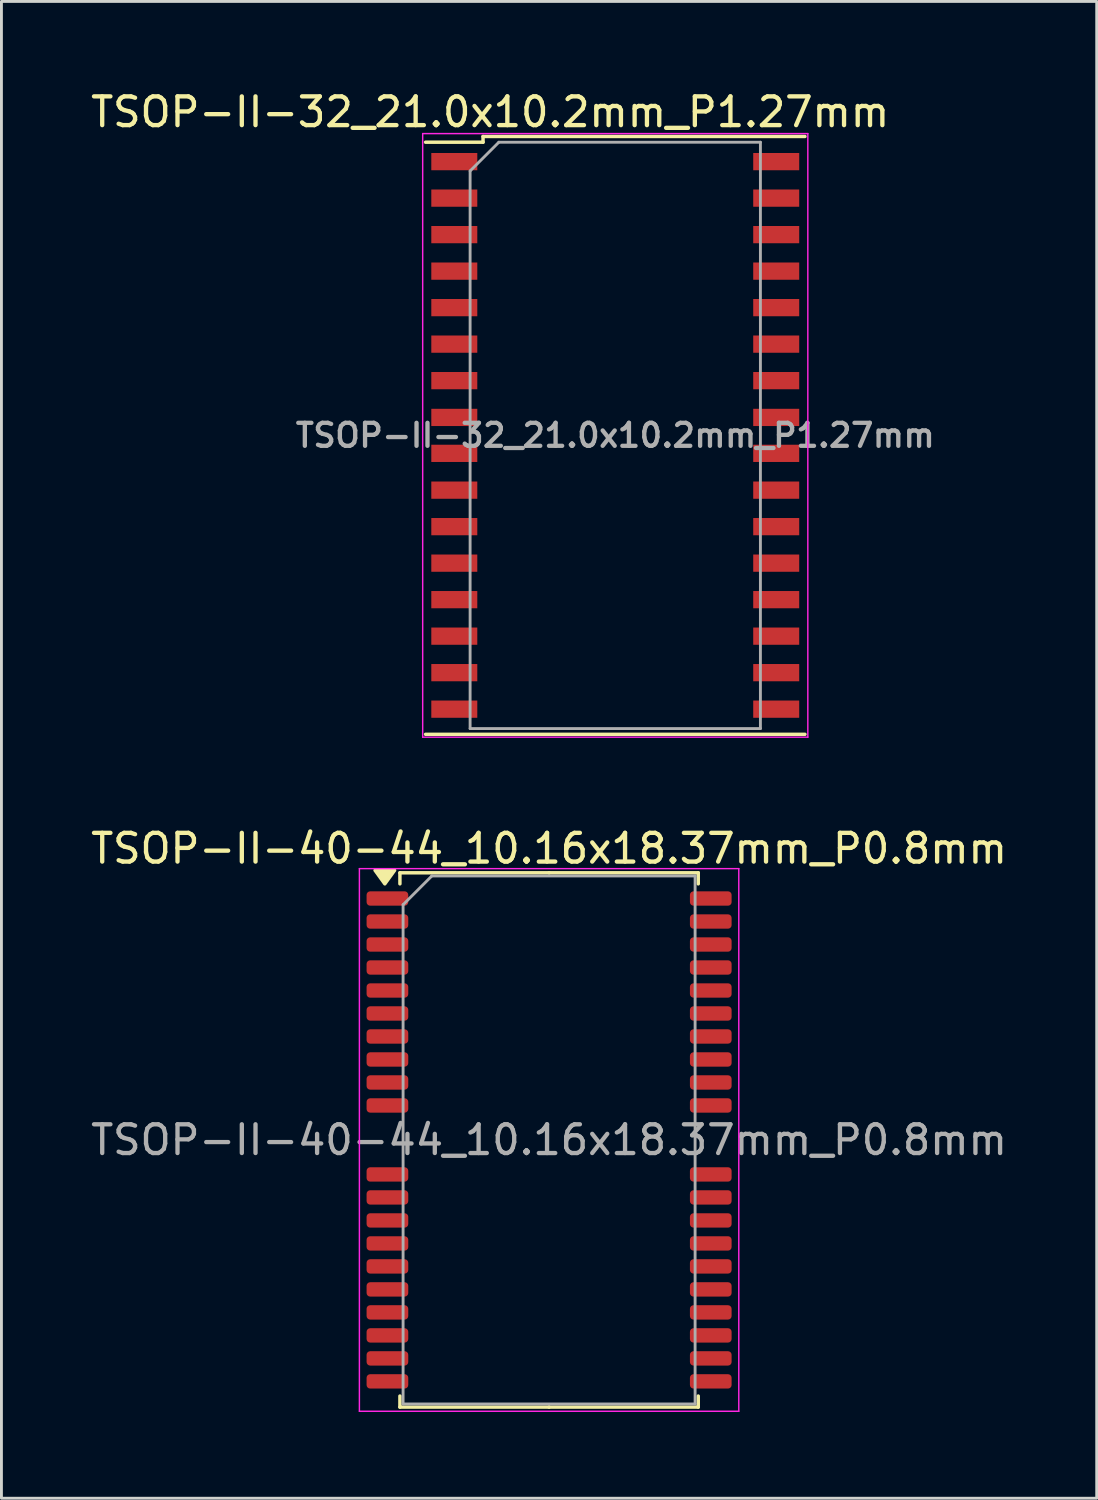
<source format=kicad_pcb>
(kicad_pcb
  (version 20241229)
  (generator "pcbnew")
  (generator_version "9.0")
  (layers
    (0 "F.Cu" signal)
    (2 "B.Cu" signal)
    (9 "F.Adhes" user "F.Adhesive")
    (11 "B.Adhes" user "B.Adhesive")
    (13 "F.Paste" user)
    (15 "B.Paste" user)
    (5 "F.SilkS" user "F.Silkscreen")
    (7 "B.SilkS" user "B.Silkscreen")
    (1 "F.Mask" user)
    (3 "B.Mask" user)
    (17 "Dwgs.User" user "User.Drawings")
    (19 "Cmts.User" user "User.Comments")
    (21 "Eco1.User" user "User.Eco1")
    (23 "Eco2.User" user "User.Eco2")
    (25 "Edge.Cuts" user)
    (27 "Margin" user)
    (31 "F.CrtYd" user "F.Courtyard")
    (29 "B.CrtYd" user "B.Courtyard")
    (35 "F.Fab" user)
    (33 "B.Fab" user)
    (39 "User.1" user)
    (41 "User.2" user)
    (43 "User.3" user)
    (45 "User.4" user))
  (footprint "TSOP-II-40-44_10.16x18.37mm_P0.8mm"
    (layer "F.Cu")
    (at 16.054 36.611)
    (property "Reference" "TSOP-II-40-44_10.16x18.37mm_P0.8mm" (at 0 -10.14 0) (layer "F.SilkS") (effects (font (size 1 1) (thickness 0.15))))
    (attr smd)
    (fp_line (start -5.19 -9.295) (end -5.19 -8.91) (stroke (width 0.12) (type solid)) (layer "F.SilkS"))
    (fp_line (start -5.19 9.295) (end -5.19 8.91) (stroke (width 0.12) (type solid)) (layer "F.SilkS"))
    (fp_line (start 0 -9.295) (end -5.19 -9.295) (stroke (width 0.12) (type solid)) (layer "F.SilkS"))
    (fp_line (start 0 -9.295) (end 5.19 -9.295) (stroke (width 0.12) (type solid)) (layer "F.SilkS"))
    (fp_line (start 0 9.295) (end -5.19 9.295) (stroke (width 0.12) (type solid)) (layer "F.SilkS"))
    (fp_line (start 0 9.295) (end 5.19 9.295) (stroke (width 0.12) (type solid)) (layer "F.SilkS"))
    (fp_line (start 5.19 -9.295) (end 5.19 -8.91) (stroke (width 0.12) (type solid)) (layer "F.SilkS"))
    (fp_line (start 5.19 9.295) (end 5.19 8.91) (stroke (width 0.12) (type solid)) (layer "F.SilkS"))
    (fp_poly (pts (xy -5.715 -8.91) (xy -6.055 -9.38) (xy -5.375 -9.38) (xy -5.715 -8.91)) (stroke (width 0.12) (type solid)) (fill yes) (layer "F.SilkS"))
    (fp_line (start -6.6 -9.44) (end -6.6 9.44) (stroke (width 0.05) (type solid)) (layer "F.CrtYd"))
    (fp_line (start -6.6 9.44) (end 6.6 9.44) (stroke (width 0.05) (type solid)) (layer "F.CrtYd"))
    (fp_line (start 6.6 -9.44) (end -6.6 -9.44) (stroke (width 0.05) (type solid)) (layer "F.CrtYd"))
    (fp_line (start 6.6 9.44) (end 6.6 -9.44) (stroke (width 0.05) (type solid)) (layer "F.CrtYd"))
    (fp_line (start -5.08 -8.185) (end -4.08 -9.185) (stroke (width 0.1) (type solid)) (layer "F.Fab"))
    (fp_line (start -5.08 9.185) (end -5.08 -8.185) (stroke (width 0.1) (type solid)) (layer "F.Fab"))
    (fp_line (start -4.08 -9.185) (end 5.08 -9.185) (stroke (width 0.1) (type solid)) (layer "F.Fab"))
    (fp_line (start 5.08 -9.185) (end 5.08 9.185) (stroke (width 0.1) (type solid)) (layer "F.Fab"))
    (fp_line (start 5.08 9.185) (end -5.08 9.185) (stroke (width 0.1) (type solid)) (layer "F.Fab"))
    (fp_text user "${REFERENCE}" (at 0 0 0) (layer "F.Fab") (effects (font (size 1 1) (thickness 0.15))))
    (pad "1" smd roundrect (at -5.625 -8.4) (size 1.45 0.5) (layers "F.Cu" "F.Mask" "F.Paste") (roundrect_rratio 0.25))
    (pad "2" smd roundrect (at -5.625 -7.6) (size 1.45 0.5) (layers "F.Cu" "F.Mask" "F.Paste") (roundrect_rratio 0.25))
    (pad "3" smd roundrect (at -5.625 -6.8) (size 1.45 0.5) (layers "F.Cu" "F.Mask" "F.Paste") (roundrect_rratio 0.25))
    (pad "4" smd roundrect (at -5.625 -6) (size 1.45 0.5) (layers "F.Cu" "F.Mask" "F.Paste") (roundrect_rratio 0.25))
    (pad "5" smd roundrect (at -5.625 -5.2) (size 1.45 0.5) (layers "F.Cu" "F.Mask" "F.Paste") (roundrect_rratio 0.25))
    (pad "6" smd roundrect (at -5.625 -4.4) (size 1.45 0.5) (layers "F.Cu" "F.Mask" "F.Paste") (roundrect_rratio 0.25))
    (pad "7" smd roundrect (at -5.625 -3.6) (size 1.45 0.5) (layers "F.Cu" "F.Mask" "F.Paste") (roundrect_rratio 0.25))
    (pad "8" smd roundrect (at -5.625 -2.8) (size 1.45 0.5) (layers "F.Cu" "F.Mask" "F.Paste") (roundrect_rratio 0.25))
    (pad "9" smd roundrect (at -5.625 -2) (size 1.45 0.5) (layers "F.Cu" "F.Mask" "F.Paste") (roundrect_rratio 0.25))
    (pad "10" smd roundrect (at -5.625 -1.2) (size 1.45 0.5) (layers "F.Cu" "F.Mask" "F.Paste") (roundrect_rratio 0.25))
    (pad "13" smd roundrect (at -5.625 1.2) (size 1.45 0.5) (layers "F.Cu" "F.Mask" "F.Paste") (roundrect_rratio 0.25))
    (pad "14" smd roundrect (at -5.625 2) (size 1.45 0.5) (layers "F.Cu" "F.Mask" "F.Paste") (roundrect_rratio 0.25))
    (pad "15" smd roundrect (at -5.625 2.8) (size 1.45 0.5) (layers "F.Cu" "F.Mask" "F.Paste") (roundrect_rratio 0.25))
    (pad "16" smd roundrect (at -5.625 3.6) (size 1.45 0.5) (layers "F.Cu" "F.Mask" "F.Paste") (roundrect_rratio 0.25))
    (pad "17" smd roundrect (at -5.625 4.4) (size 1.45 0.5) (layers "F.Cu" "F.Mask" "F.Paste") (roundrect_rratio 0.25))
    (pad "18" smd roundrect (at -5.625 5.2) (size 1.45 0.5) (layers "F.Cu" "F.Mask" "F.Paste") (roundrect_rratio 0.25))
    (pad "19" smd roundrect (at -5.625 6) (size 1.45 0.5) (layers "F.Cu" "F.Mask" "F.Paste") (roundrect_rratio 0.25))
    (pad "20" smd roundrect (at -5.625 6.8) (size 1.45 0.5) (layers "F.Cu" "F.Mask" "F.Paste") (roundrect_rratio 0.25))
    (pad "21" smd roundrect (at -5.625 7.6) (size 1.45 0.5) (layers "F.Cu" "F.Mask" "F.Paste") (roundrect_rratio 0.25))
    (pad "22" smd roundrect (at -5.625 8.4) (size 1.45 0.5) (layers "F.Cu" "F.Mask" "F.Paste") (roundrect_rratio 0.25))
    (pad "23" smd roundrect (at 5.625 8.4) (size 1.45 0.5) (layers "F.Cu" "F.Mask" "F.Paste") (roundrect_rratio 0.25))
    (pad "24" smd roundrect (at 5.625 7.6) (size 1.45 0.5) (layers "F.Cu" "F.Mask" "F.Paste") (roundrect_rratio 0.25))
    (pad "25" smd roundrect (at 5.625 6.8) (size 1.45 0.5) (layers "F.Cu" "F.Mask" "F.Paste") (roundrect_rratio 0.25))
    (pad "26" smd roundrect (at 5.625 6) (size 1.45 0.5) (layers "F.Cu" "F.Mask" "F.Paste") (roundrect_rratio 0.25))
    (pad "27" smd roundrect (at 5.625 5.2) (size 1.45 0.5) (layers "F.Cu" "F.Mask" "F.Paste") (roundrect_rratio 0.25))
    (pad "28" smd roundrect (at 5.625 4.4) (size 1.45 0.5) (layers "F.Cu" "F.Mask" "F.Paste") (roundrect_rratio 0.25))
    (pad "29" smd roundrect (at 5.625 3.6) (size 1.45 0.5) (layers "F.Cu" "F.Mask" "F.Paste") (roundrect_rratio 0.25))
    (pad "30" smd roundrect (at 5.625 2.8) (size 1.45 0.5) (layers "F.Cu" "F.Mask" "F.Paste") (roundrect_rratio 0.25))
    (pad "31" smd roundrect (at 5.625 2) (size 1.45 0.5) (layers "F.Cu" "F.Mask" "F.Paste") (roundrect_rratio 0.25))
    (pad "32" smd roundrect (at 5.625 1.2) (size 1.45 0.5) (layers "F.Cu" "F.Mask" "F.Paste") (roundrect_rratio 0.25))
    (pad "35" smd roundrect (at 5.625 -1.2) (size 1.45 0.5) (layers "F.Cu" "F.Mask" "F.Paste") (roundrect_rratio 0.25))
    (pad "36" smd roundrect (at 5.625 -2) (size 1.45 0.5) (layers "F.Cu" "F.Mask" "F.Paste") (roundrect_rratio 0.25))
    (pad "37" smd roundrect (at 5.625 -2.8) (size 1.45 0.5) (layers "F.Cu" "F.Mask" "F.Paste") (roundrect_rratio 0.25))
    (pad "38" smd roundrect (at 5.625 -3.6) (size 1.45 0.5) (layers "F.Cu" "F.Mask" "F.Paste") (roundrect_rratio 0.25))
    (pad "39" smd roundrect (at 5.625 -4.4) (size 1.45 0.5) (layers "F.Cu" "F.Mask" "F.Paste") (roundrect_rratio 0.25))
    (pad "40" smd roundrect (at 5.625 -5.2) (size 1.45 0.5) (layers "F.Cu" "F.Mask" "F.Paste") (roundrect_rratio 0.25))
    (pad "41" smd roundrect (at 5.625 -6) (size 1.45 0.5) (layers "F.Cu" "F.Mask" "F.Paste") (roundrect_rratio 0.25))
    (pad "42" smd roundrect (at 5.625 -6.8) (size 1.45 0.5) (layers "F.Cu" "F.Mask" "F.Paste") (roundrect_rratio 0.25))
    (pad "43" smd roundrect (at 5.625 -7.6) (size 1.45 0.5) (layers "F.Cu" "F.Mask" "F.Paste") (roundrect_rratio 0.25))
    (pad "44" smd roundrect (at 5.625 -8.4) (size 1.45 0.5) (layers "F.Cu" "F.Mask" "F.Paste") (roundrect_rratio 0.25)))
  (footprint "TSOP-II-32_21.0x10.2mm_P1.27mm"
    (layer "F.Cu")
    (at 18.356 12.098)
    (property "Reference" "TSOP-II-32_21.0x10.2mm_P1.27mm" (at -4.35 -11.25 0) (layer "F.SilkS") (effects (font (size 1 1) (thickness 0.15))))
    (attr smd)
    (fp_line (start -6.6 10.4) (end 6.6 10.4) (stroke (width 0.12) (type solid)) (layer "F.SilkS"))
    (fp_line (start -4.6 -10.4) (end -4.6 -10.2) (stroke (width 0.12) (type solid)) (layer "F.SilkS"))
    (fp_line (start -4.6 -10.4) (end 6.6 -10.4) (stroke (width 0.12) (type solid)) (layer "F.SilkS"))
    (fp_line (start -4.6 -10.2) (end -6.6 -10.2) (stroke (width 0.12) (type solid)) (layer "F.SilkS"))
    (fp_line (start -6.7 -10.5) (end -6.7 10.5) (stroke (width 0.05) (type solid)) (layer "F.CrtYd"))
    (fp_line (start -6.7 -10.5) (end 6.7 -10.5) (stroke (width 0.05) (type solid)) (layer "F.CrtYd"))
    (fp_line (start -6.7 10.5) (end 6.7 10.5) (stroke (width 0.05) (type solid)) (layer "F.CrtYd"))
    (fp_line (start 6.7 -10.5) (end 6.7 10.5) (stroke (width 0.05) (type solid)) (layer "F.CrtYd"))
    (fp_line (start -5.05 -9.2) (end -4.05 -10.2) (stroke (width 0.1) (type solid)) (layer "F.Fab"))
    (fp_line (start -5.05 10.2) (end -5.05 -9.2) (stroke (width 0.1) (type solid)) (layer "F.Fab"))
    (fp_line (start -4.05 -10.2) (end 5.05 -10.2) (stroke (width 0.1) (type solid)) (layer "F.Fab"))
    (fp_line (start 5.05 -10.2) (end 5.05 10.2) (stroke (width 0.1) (type solid)) (layer "F.Fab"))
    (fp_line (start 5.05 10.2) (end -5.05 10.2) (stroke (width 0.1) (type solid)) (layer "F.Fab"))
    (fp_text user "${REFERENCE}" (at 0 0 0) (layer "F.Fab") (effects (font (size 0.8 0.8) (thickness 0.15))))
    (pad "1" smd rect (at -5.6 -9.525) (size 1.6 0.6) (layers "F.Cu" "F.Mask" "F.Paste"))
    (pad "2" smd rect (at -5.6 -8.255) (size 1.6 0.6) (layers "F.Cu" "F.Mask" "F.Paste"))
    (pad "3" smd rect (at -5.6 -6.985) (size 1.6 0.6) (layers "F.Cu" "F.Mask" "F.Paste"))
    (pad "4" smd rect (at -5.6 -5.715) (size 1.6 0.6) (layers "F.Cu" "F.Mask" "F.Paste"))
    (pad "5" smd rect (at -5.6 -4.445) (size 1.6 0.6) (layers "F.Cu" "F.Mask" "F.Paste"))
    (pad "6" smd rect (at -5.6 -3.175) (size 1.6 0.6) (layers "F.Cu" "F.Mask" "F.Paste"))
    (pad "7" smd rect (at -5.6 -1.905) (size 1.6 0.6) (layers "F.Cu" "F.Mask" "F.Paste"))
    (pad "8" smd rect (at -5.6 -0.625) (size 1.6 0.6) (layers "F.Cu" "F.Mask" "F.Paste"))
    (pad "9" smd rect (at -5.6 0.625) (size 1.6 0.6) (layers "F.Cu" "F.Mask" "F.Paste"))
    (pad "10" smd rect (at -5.6 1.905) (size 1.6 0.6) (layers "F.Cu" "F.Mask" "F.Paste"))
    (pad "11" smd rect (at -5.6 3.175) (size 1.6 0.6) (layers "F.Cu" "F.Mask" "F.Paste"))
    (pad "12" smd rect (at -5.6 4.445) (size 1.6 0.6) (layers "F.Cu" "F.Mask" "F.Paste"))
    (pad "13" smd rect (at -5.6 5.715) (size 1.6 0.6) (layers "F.Cu" "F.Mask" "F.Paste"))
    (pad "14" smd rect (at -5.6 6.985) (size 1.6 0.6) (layers "F.Cu" "F.Mask" "F.Paste"))
    (pad "15" smd rect (at -5.6 8.255) (size 1.6 0.6) (layers "F.Cu" "F.Mask" "F.Paste"))
    (pad "16" smd rect (at -5.6 9.525) (size 1.6 0.6) (layers "F.Cu" "F.Mask" "F.Paste"))
    (pad "17" smd rect (at 5.6 9.525) (size 1.6 0.6) (layers "F.Cu" "F.Mask" "F.Paste"))
    (pad "18" smd rect (at 5.6 8.255) (size 1.6 0.6) (layers "F.Cu" "F.Mask" "F.Paste"))
    (pad "19" smd rect (at 5.6 6.985) (size 1.6 0.6) (layers "F.Cu" "F.Mask" "F.Paste"))
    (pad "20" smd rect (at 5.6 5.715) (size 1.6 0.6) (layers "F.Cu" "F.Mask" "F.Paste"))
    (pad "21" smd rect (at 5.6 4.445) (size 1.6 0.6) (layers "F.Cu" "F.Mask" "F.Paste"))
    (pad "22" smd rect (at 5.6 3.175) (size 1.6 0.6) (layers "F.Cu" "F.Mask" "F.Paste"))
    (pad "23" smd rect (at 5.6 1.905) (size 1.6 0.6) (layers "F.Cu" "F.Mask" "F.Paste"))
    (pad "24" smd rect (at 5.6 0.625) (size 1.6 0.6) (layers "F.Cu" "F.Mask" "F.Paste"))
    (pad "25" smd rect (at 5.6 -0.625) (size 1.6 0.6) (layers "F.Cu" "F.Mask" "F.Paste"))
    (pad "26" smd rect (at 5.6 -1.905) (size 1.6 0.6) (layers "F.Cu" "F.Mask" "F.Paste"))
    (pad "27" smd rect (at 5.6 -3.175) (size 1.6 0.6) (layers "F.Cu" "F.Mask" "F.Paste"))
    (pad "28" smd rect (at 5.6 -4.445) (size 1.6 0.6) (layers "F.Cu" "F.Mask" "F.Paste"))
    (pad "29" smd rect (at 5.6 -5.715) (size 1.6 0.6) (layers "F.Cu" "F.Mask" "F.Paste"))
    (pad "30" smd rect (at 5.6 -6.985) (size 1.6 0.6) (layers "F.Cu" "F.Mask" "F.Paste"))
    (pad "31" smd rect (at 5.6 -8.255) (size 1.6 0.6) (layers "F.Cu" "F.Mask" "F.Paste"))
    (pad "32" smd rect (at 5.6 -9.525) (size 1.6 0.6) (layers "F.Cu" "F.Mask" "F.Paste")))
  (gr_rect
    (start -3 -3)
    (end 35.107 49.077)
    (stroke (width 0.1) (type default))
    (fill no)
    (layer "Edge.Cuts")))
</source>
